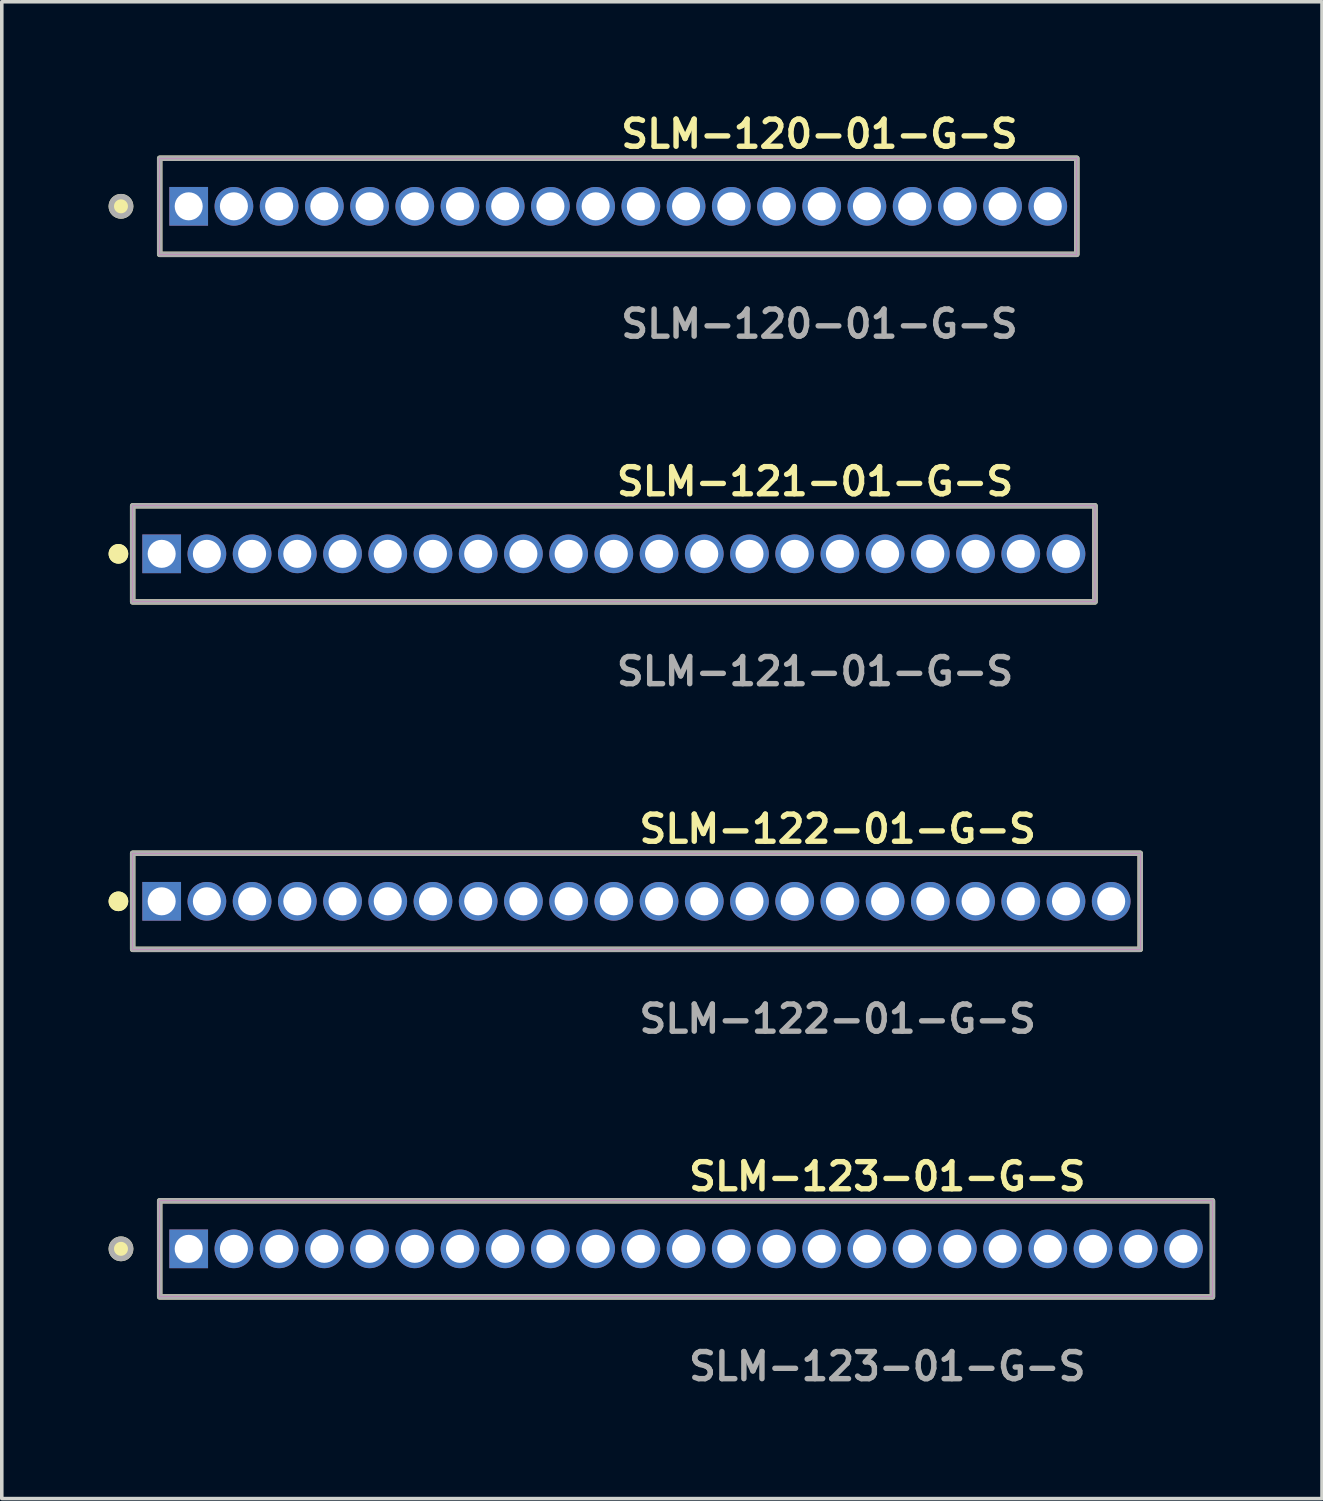
<source format=kicad_pcb>
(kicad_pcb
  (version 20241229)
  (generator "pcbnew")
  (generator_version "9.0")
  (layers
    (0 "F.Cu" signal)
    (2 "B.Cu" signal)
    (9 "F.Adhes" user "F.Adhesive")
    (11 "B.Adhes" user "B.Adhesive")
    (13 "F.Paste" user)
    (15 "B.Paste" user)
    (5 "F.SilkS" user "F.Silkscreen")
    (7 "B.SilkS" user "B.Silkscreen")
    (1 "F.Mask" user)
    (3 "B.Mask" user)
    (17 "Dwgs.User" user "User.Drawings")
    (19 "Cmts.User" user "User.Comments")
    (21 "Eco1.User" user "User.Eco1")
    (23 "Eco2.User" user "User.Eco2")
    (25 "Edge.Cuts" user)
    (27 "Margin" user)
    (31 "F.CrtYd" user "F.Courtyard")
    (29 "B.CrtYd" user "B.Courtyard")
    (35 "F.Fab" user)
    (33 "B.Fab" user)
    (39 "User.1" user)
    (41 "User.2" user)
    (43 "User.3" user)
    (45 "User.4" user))
  (footprint "SLM-122-01-G-S"
    (layer "F.Cu")
    (at 14.826 22.266)
    (property "Reference" "SLM-122-01-G-S" (at 0 -2.032 0) (unlocked yes) (layer "F.SilkS") (effects (font (size 0.762 0.762) (thickness 0.152)) (justify left)))
    (fp_rect (start -14.15 1.35) (end 14.15 -1.35) (stroke (width 0.152) (type solid)) (fill no) (layer "F.SilkS"))
    (fp_circle (center -14.55 0) (end -14.75 0) (stroke (width 0.152) (type solid)) (fill yes) (layer "F.SilkS"))
    (fp_circle (center -14.55 0) (end -14.75 0) (stroke (width 0.152) (type solid)) (fill yes) (layer "F.SilkS"))
    (fp_rect (start -14.15 1.35) (end 14.15 -1.35) (stroke (width 0.006) (type solid)) (fill no) (layer "F.CrtYd"))
    (fp_rect (start -14.15 1.35) (end 14.15 -1.35) (stroke (width 0.152) (type solid)) (fill no) (layer "F.Fab"))
    (fp_text user "${REFERENCE}" (at 0 3.302 0) (unlocked yes) (layer "F.Fab") (effects (font (size 0.762 0.762) (thickness 0.152)) (justify left)))
    (pad "1" thru_hole rect (at -13.335 0) (size 1.087 1.087) (drill 0.787) (layers "*.Cu" "*.Mask"))
    (pad "2" thru_hole circle (at -12.065 0) (size 1.087 1.087) (drill 0.787) (layers "*.Cu" "*.Mask"))
    (pad "3" thru_hole circle (at -10.795 0) (size 1.087 1.087) (drill 0.787) (layers "*.Cu" "*.Mask"))
    (pad "4" thru_hole circle (at -9.525 0) (size 1.087 1.087) (drill 0.787) (layers "*.Cu" "*.Mask"))
    (pad "5" thru_hole circle (at -8.255 0) (size 1.087 1.087) (drill 0.787) (layers "*.Cu" "*.Mask"))
    (pad "6" thru_hole circle (at -6.985 0) (size 1.087 1.087) (drill 0.787) (layers "*.Cu" "*.Mask"))
    (pad "7" thru_hole circle (at -5.715 0) (size 1.087 1.087) (drill 0.787) (layers "*.Cu" "*.Mask"))
    (pad "8" thru_hole circle (at -4.445 0) (size 1.087 1.087) (drill 0.787) (layers "*.Cu" "*.Mask"))
    (pad "9" thru_hole circle (at -3.175 0) (size 1.087 1.087) (drill 0.787) (layers "*.Cu" "*.Mask"))
    (pad "10" thru_hole circle (at -1.905 0) (size 1.087 1.087) (drill 0.787) (layers "*.Cu" "*.Mask"))
    (pad "11" thru_hole circle (at -0.635 0) (size 1.087 1.087) (drill 0.787) (layers "*.Cu" "*.Mask"))
    (pad "12" thru_hole circle (at 0.635 0) (size 1.087 1.087) (drill 0.787) (layers "*.Cu" "*.Mask"))
    (pad "13" thru_hole circle (at 1.905 0) (size 1.087 1.087) (drill 0.787) (layers "*.Cu" "*.Mask"))
    (pad "14" thru_hole circle (at 3.175 0) (size 1.087 1.087) (drill 0.787) (layers "*.Cu" "*.Mask"))
    (pad "15" thru_hole circle (at 4.445 0) (size 1.087 1.087) (drill 0.787) (layers "*.Cu" "*.Mask"))
    (pad "16" thru_hole circle (at 5.715 0) (size 1.087 1.087) (drill 0.787) (layers "*.Cu" "*.Mask"))
    (pad "17" thru_hole circle (at 6.985 0) (size 1.087 1.087) (drill 0.787) (layers "*.Cu" "*.Mask"))
    (pad "18" thru_hole circle (at 8.255 0) (size 1.087 1.087) (drill 0.787) (layers "*.Cu" "*.Mask"))
    (pad "19" thru_hole circle (at 9.525 0) (size 1.087 1.087) (drill 0.787) (layers "*.Cu" "*.Mask"))
    (pad "20" thru_hole circle (at 10.795 0) (size 1.087 1.087) (drill 0.787) (layers "*.Cu" "*.Mask"))
    (pad "21" thru_hole circle (at 12.065 0) (size 1.087 1.087) (drill 0.787) (layers "*.Cu" "*.Mask"))
    (pad "22" thru_hole circle (at 13.335 0) (size 1.087 1.087) (drill 0.787) (layers "*.Cu" "*.Mask")))
  (footprint "SLM-120-01-G-S"
    (layer "F.Cu")
    (at 14.315 2.745)
    (property "Reference" "SLM-120-01-G-S" (at 0 -2.032 0) (unlocked yes) (layer "F.SilkS") (effects (font (size 0.762 0.762) (thickness 0.152)) (justify left)))
    (fp_rect (start -12.88 1.35) (end 12.88 -1.35) (stroke (width 0.152) (type solid)) (fill no) (layer "F.SilkS"))
    (fp_circle (center -13.967 0) (end -14.239 0) (stroke (width 0.152) (type solid)) (fill yes) (layer "F.SilkS"))
    (fp_rect (start -12.88 1.35) (end 12.88 -1.35) (stroke (width 0.006) (type solid)) (fill no) (layer "F.CrtYd"))
    (fp_rect (start -12.88 1.35) (end 12.88 -1.35) (stroke (width 0.152) (type solid)) (fill no) (layer "F.Fab"))
    (fp_circle (center -13.967 0) (end -14.239 0) (stroke (width 0.152) (type solid)) (fill no) (layer "F.Fab"))
    (fp_text user "${REFERENCE}" (at 0 3.302 0) (unlocked yes) (layer "F.Fab") (effects (font (size 0.762 0.762) (thickness 0.152)) (justify left)))
    (pad "1" thru_hole rect (at -12.065 0) (size 1.087 1.087) (drill 0.787) (layers "*.Cu" "*.Mask"))
    (pad "2" thru_hole circle (at -10.795 0) (size 1.087 1.087) (drill 0.787) (layers "*.Cu" "*.Mask"))
    (pad "3" thru_hole circle (at -9.525 0) (size 1.087 1.087) (drill 0.787) (layers "*.Cu" "*.Mask"))
    (pad "4" thru_hole circle (at -8.255 0) (size 1.087 1.087) (drill 0.787) (layers "*.Cu" "*.Mask"))
    (pad "5" thru_hole circle (at -6.985 0) (size 1.087 1.087) (drill 0.787) (layers "*.Cu" "*.Mask"))
    (pad "6" thru_hole circle (at -5.715 0) (size 1.087 1.087) (drill 0.787) (layers "*.Cu" "*.Mask"))
    (pad "7" thru_hole circle (at -4.445 0) (size 1.087 1.087) (drill 0.787) (layers "*.Cu" "*.Mask"))
    (pad "8" thru_hole circle (at -3.175 0) (size 1.087 1.087) (drill 0.787) (layers "*.Cu" "*.Mask"))
    (pad "9" thru_hole circle (at -1.905 0) (size 1.087 1.087) (drill 0.787) (layers "*.Cu" "*.Mask"))
    (pad "10" thru_hole circle (at -0.635 0) (size 1.087 1.087) (drill 0.787) (layers "*.Cu" "*.Mask"))
    (pad "11" thru_hole circle (at 0.635 0) (size 1.087 1.087) (drill 0.787) (layers "*.Cu" "*.Mask"))
    (pad "12" thru_hole circle (at 1.905 0) (size 1.087 1.087) (drill 0.787) (layers "*.Cu" "*.Mask"))
    (pad "13" thru_hole circle (at 3.175 0) (size 1.087 1.087) (drill 0.787) (layers "*.Cu" "*.Mask"))
    (pad "14" thru_hole circle (at 4.445 0) (size 1.087 1.087) (drill 0.787) (layers "*.Cu" "*.Mask"))
    (pad "15" thru_hole circle (at 5.715 0) (size 1.087 1.087) (drill 0.787) (layers "*.Cu" "*.Mask"))
    (pad "16" thru_hole circle (at 6.985 0) (size 1.087 1.087) (drill 0.787) (layers "*.Cu" "*.Mask"))
    (pad "17" thru_hole circle (at 8.255 0) (size 1.087 1.087) (drill 0.787) (layers "*.Cu" "*.Mask"))
    (pad "18" thru_hole circle (at 9.525 0) (size 1.087 1.087) (drill 0.787) (layers "*.Cu" "*.Mask"))
    (pad "19" thru_hole circle (at 10.795 0) (size 1.087 1.087) (drill 0.787) (layers "*.Cu" "*.Mask"))
    (pad "20" thru_hole circle (at 12.065 0) (size 1.087 1.087) (drill 0.787) (layers "*.Cu" "*.Mask")))
  (footprint "SLM-123-01-G-S"
    (layer "F.Cu")
    (at 16.22 32.027)
    (property "Reference" "SLM-123-01-G-S" (at 0 -2.032 0) (unlocked yes) (layer "F.SilkS") (effects (font (size 0.762 0.762) (thickness 0.152)) (justify left)))
    (fp_rect (start -14.785 1.35) (end 14.785 -1.35) (stroke (width 0.152) (type solid)) (fill no) (layer "F.SilkS"))
    (fp_circle (center -15.872 0) (end -16.144 0) (stroke (width 0.152) (type solid)) (fill yes) (layer "F.SilkS"))
    (fp_rect (start -14.785 1.35) (end 14.785 -1.35) (stroke (width 0.006) (type solid)) (fill no) (layer "F.CrtYd"))
    (fp_rect (start -14.785 1.35) (end 14.785 -1.35) (stroke (width 0.152) (type solid)) (fill no) (layer "F.Fab"))
    (fp_circle (center -15.872 0) (end -16.144 0) (stroke (width 0.152) (type solid)) (fill no) (layer "F.Fab"))
    (fp_text user "${REFERENCE}" (at 0 3.302 0) (unlocked yes) (layer "F.Fab") (effects (font (size 0.762 0.762) (thickness 0.152)) (justify left)))
    (pad "1" thru_hole rect (at -13.97 0) (size 1.087 1.087) (drill 0.787) (layers "*.Cu" "*.Mask"))
    (pad "2" thru_hole circle (at -12.7 0) (size 1.087 1.087) (drill 0.787) (layers "*.Cu" "*.Mask"))
    (pad "3" thru_hole circle (at -11.43 0) (size 1.087 1.087) (drill 0.787) (layers "*.Cu" "*.Mask"))
    (pad "4" thru_hole circle (at -10.16 0) (size 1.087 1.087) (drill 0.787) (layers "*.Cu" "*.Mask"))
    (pad "5" thru_hole circle (at -8.89 0) (size 1.087 1.087) (drill 0.787) (layers "*.Cu" "*.Mask"))
    (pad "6" thru_hole circle (at -7.62 0) (size 1.087 1.087) (drill 0.787) (layers "*.Cu" "*.Mask"))
    (pad "7" thru_hole circle (at -6.35 0) (size 1.087 1.087) (drill 0.787) (layers "*.Cu" "*.Mask"))
    (pad "8" thru_hole circle (at -5.08 0) (size 1.087 1.087) (drill 0.787) (layers "*.Cu" "*.Mask"))
    (pad "9" thru_hole circle (at -3.81 0) (size 1.087 1.087) (drill 0.787) (layers "*.Cu" "*.Mask"))
    (pad "10" thru_hole circle (at -2.54 0) (size 1.087 1.087) (drill 0.787) (layers "*.Cu" "*.Mask"))
    (pad "11" thru_hole circle (at -1.27 0) (size 1.087 1.087) (drill 0.787) (layers "*.Cu" "*.Mask"))
    (pad "12" thru_hole circle (at 0 0) (size 1.087 1.087) (drill 0.787) (layers "*.Cu" "*.Mask"))
    (pad "13" thru_hole circle (at 1.27 0) (size 1.087 1.087) (drill 0.787) (layers "*.Cu" "*.Mask"))
    (pad "14" thru_hole circle (at 2.54 0) (size 1.087 1.087) (drill 0.787) (layers "*.Cu" "*.Mask"))
    (pad "15" thru_hole circle (at 3.81 0) (size 1.087 1.087) (drill 0.787) (layers "*.Cu" "*.Mask"))
    (pad "16" thru_hole circle (at 5.08 0) (size 1.087 1.087) (drill 0.787) (layers "*.Cu" "*.Mask"))
    (pad "17" thru_hole circle (at 6.35 0) (size 1.087 1.087) (drill 0.787) (layers "*.Cu" "*.Mask"))
    (pad "18" thru_hole circle (at 7.62 0) (size 1.087 1.087) (drill 0.787) (layers "*.Cu" "*.Mask"))
    (pad "19" thru_hole circle (at 8.89 0) (size 1.087 1.087) (drill 0.787) (layers "*.Cu" "*.Mask"))
    (pad "20" thru_hole circle (at 10.16 0) (size 1.087 1.087) (drill 0.787) (layers "*.Cu" "*.Mask"))
    (pad "21" thru_hole circle (at 11.43 0) (size 1.087 1.087) (drill 0.787) (layers "*.Cu" "*.Mask"))
    (pad "22" thru_hole circle (at 12.7 0) (size 1.087 1.087) (drill 0.787) (layers "*.Cu" "*.Mask"))
    (pad "23" thru_hole circle (at 13.97 0) (size 1.087 1.087) (drill 0.787) (layers "*.Cu" "*.Mask")))
  (footprint "SLM-121-01-G-S"
    (layer "F.Cu")
    (at 14.191 12.506)
    (property "Reference" "SLM-121-01-G-S" (at 0 -2.032 0) (unlocked yes) (layer "F.SilkS") (effects (font (size 0.762 0.762) (thickness 0.152)) (justify left)))
    (fp_rect (start -13.515 1.35) (end 13.515 -1.35) (stroke (width 0.152) (type solid)) (fill no) (layer "F.SilkS"))
    (fp_circle (center -13.915 0) (end -14.115 0) (stroke (width 0.152) (type solid)) (fill yes) (layer "F.SilkS"))
    (fp_circle (center -13.915 0) (end -14.115 0) (stroke (width 0.152) (type solid)) (fill yes) (layer "F.SilkS"))
    (fp_rect (start -13.515 1.35) (end 13.515 -1.35) (stroke (width 0.006) (type solid)) (fill no) (layer "F.CrtYd"))
    (fp_rect (start -13.515 1.35) (end 13.515 -1.35) (stroke (width 0.152) (type solid)) (fill no) (layer "F.Fab"))
    (fp_text user "${REFERENCE}" (at 0 3.302 0) (unlocked yes) (layer "F.Fab") (effects (font (size 0.762 0.762) (thickness 0.152)) (justify left)))
    (pad "1" thru_hole rect (at -12.7 0) (size 1.087 1.087) (drill 0.787) (layers "*.Cu" "*.Mask"))
    (pad "2" thru_hole circle (at -11.43 0) (size 1.087 1.087) (drill 0.787) (layers "*.Cu" "*.Mask"))
    (pad "3" thru_hole circle (at -10.16 0) (size 1.087 1.087) (drill 0.787) (layers "*.Cu" "*.Mask"))
    (pad "4" thru_hole circle (at -8.89 0) (size 1.087 1.087) (drill 0.787) (layers "*.Cu" "*.Mask"))
    (pad "5" thru_hole circle (at -7.62 0) (size 1.087 1.087) (drill 0.787) (layers "*.Cu" "*.Mask"))
    (pad "6" thru_hole circle (at -6.35 0) (size 1.087 1.087) (drill 0.787) (layers "*.Cu" "*.Mask"))
    (pad "7" thru_hole circle (at -5.08 0) (size 1.087 1.087) (drill 0.787) (layers "*.Cu" "*.Mask"))
    (pad "8" thru_hole circle (at -3.81 0) (size 1.087 1.087) (drill 0.787) (layers "*.Cu" "*.Mask"))
    (pad "9" thru_hole circle (at -2.54 0) (size 1.087 1.087) (drill 0.787) (layers "*.Cu" "*.Mask"))
    (pad "10" thru_hole circle (at -1.27 0) (size 1.087 1.087) (drill 0.787) (layers "*.Cu" "*.Mask"))
    (pad "11" thru_hole circle (at 0 0) (size 1.087 1.087) (drill 0.787) (layers "*.Cu" "*.Mask"))
    (pad "12" thru_hole circle (at 1.27 0) (size 1.087 1.087) (drill 0.787) (layers "*.Cu" "*.Mask"))
    (pad "13" thru_hole circle (at 2.54 0) (size 1.087 1.087) (drill 0.787) (layers "*.Cu" "*.Mask"))
    (pad "14" thru_hole circle (at 3.81 0) (size 1.087 1.087) (drill 0.787) (layers "*.Cu" "*.Mask"))
    (pad "15" thru_hole circle (at 5.08 0) (size 1.087 1.087) (drill 0.787) (layers "*.Cu" "*.Mask"))
    (pad "16" thru_hole circle (at 6.35 0) (size 1.087 1.087) (drill 0.787) (layers "*.Cu" "*.Mask"))
    (pad "17" thru_hole circle (at 7.62 0) (size 1.087 1.087) (drill 0.787) (layers "*.Cu" "*.Mask"))
    (pad "18" thru_hole circle (at 8.89 0) (size 1.087 1.087) (drill 0.787) (layers "*.Cu" "*.Mask"))
    (pad "19" thru_hole circle (at 10.16 0) (size 1.087 1.087) (drill 0.787) (layers "*.Cu" "*.Mask"))
    (pad "20" thru_hole circle (at 11.43 0) (size 1.087 1.087) (drill 0.787) (layers "*.Cu" "*.Mask"))
    (pad "21" thru_hole circle (at 12.7 0) (size 1.087 1.087) (drill 0.787) (layers "*.Cu" "*.Mask")))
  (gr_rect
    (start -3 -3)
    (end 34.082 39.042)
    (stroke (width 0.1) (type default))
    (fill no)
    (layer "Edge.Cuts")))
</source>
